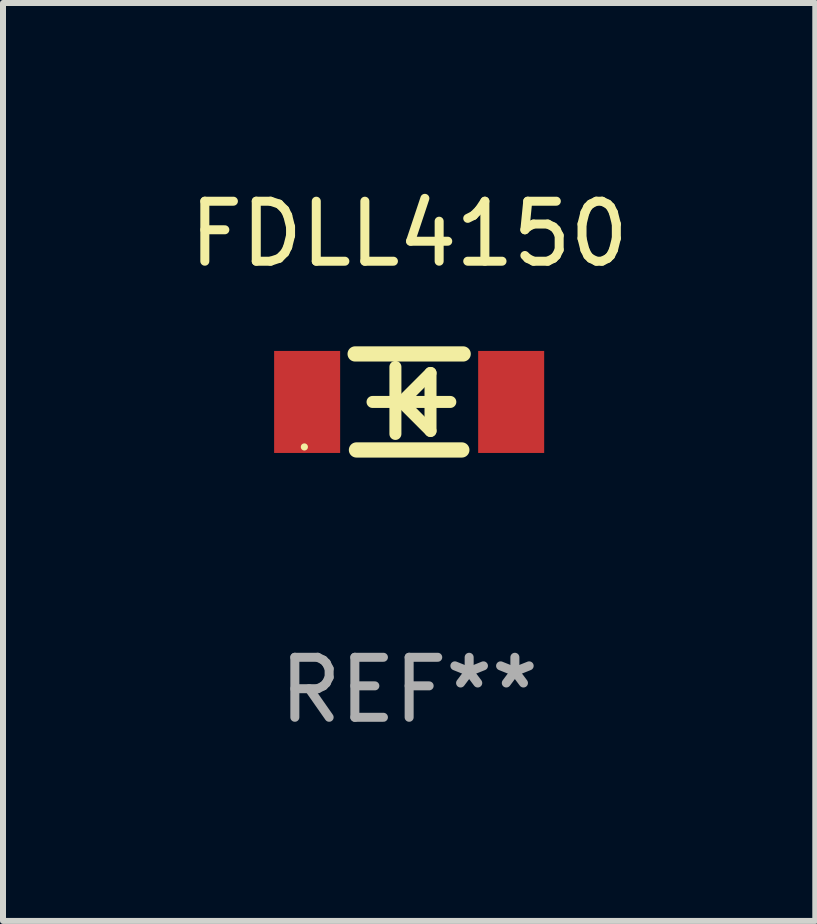
<source format=kicad_pcb>
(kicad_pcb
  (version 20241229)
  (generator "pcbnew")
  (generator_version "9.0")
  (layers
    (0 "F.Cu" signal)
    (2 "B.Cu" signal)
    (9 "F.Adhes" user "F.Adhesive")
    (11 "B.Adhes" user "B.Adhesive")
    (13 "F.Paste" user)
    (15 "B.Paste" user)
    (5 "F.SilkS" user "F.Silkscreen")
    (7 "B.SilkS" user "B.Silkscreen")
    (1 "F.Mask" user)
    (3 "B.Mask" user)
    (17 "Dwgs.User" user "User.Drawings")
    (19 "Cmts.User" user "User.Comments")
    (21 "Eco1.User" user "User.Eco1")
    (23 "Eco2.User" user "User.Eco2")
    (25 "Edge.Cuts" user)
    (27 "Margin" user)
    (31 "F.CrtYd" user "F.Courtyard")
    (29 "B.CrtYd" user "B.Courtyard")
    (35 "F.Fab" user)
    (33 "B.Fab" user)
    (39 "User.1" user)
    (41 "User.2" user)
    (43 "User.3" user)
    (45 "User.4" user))
  (footprint "FDLL4150"
    (layer "F.Cu")
    (at 3.768 3.648)
    (property "Reference" "FDLL4150" (at 0 -2.8 0) (layer "F.SilkS") (effects (font (size 1 1) (thickness 0.15))))
    (attr through_hole)
    (fp_line (start -0.9 -0.8) (end 0.9 -0.8) (stroke (width 0.254) (type solid)) (layer "F.SilkS"))
    (fp_line (start -0.878 0.8) (end 0.878 0.8) (stroke (width 0.254) (type solid)) (layer "F.SilkS"))
    (fp_line (start -0.61 0) (end 0.686 0) (stroke (width 0.2) (type solid)) (layer "F.SilkS"))
    (fp_line (start -0.229 -0.584) (end -0.229 0.533) (stroke (width 0.2) (type solid)) (layer "F.SilkS"))
    (fp_line (start -0.127 0) (end 0.356 -0.483) (stroke (width 0.2) (type solid)) (layer "F.SilkS"))
    (fp_line (start 0.356 -0.483) (end 0.356 0.483) (stroke (width 0.2) (type solid)) (layer "F.SilkS"))
    (fp_line (start 0.356 0.483) (end -0.102 0.025) (stroke (width 0.2) (type solid)) (layer "F.SilkS"))
    (fp_circle (center -1.746 0.75) (end -1.716 0.75) (stroke (width 0.06) (type solid)) (fill no) (layer "F.SilkS"))
    (fp_text user "REF**" (at 0 4.8 0) (layer "F.Fab") (effects (font (size 1 1) (thickness 0.15))))
    (pad "1" smd rect (at -1.7 0 180) (size 1.1 1.7) (layers "F.Cu" "F.Mask" "F.Paste"))
    (pad "2" smd rect (at 1.7 0 180) (size 1.1 1.7) (layers "F.Cu" "F.Mask" "F.Paste")))
  (gr_rect
    (start -3 -3)
    (end 10.536 12.296)
    (stroke (width 0.1) (type default))
    (fill no)
    (layer "Edge.Cuts")))
</source>
